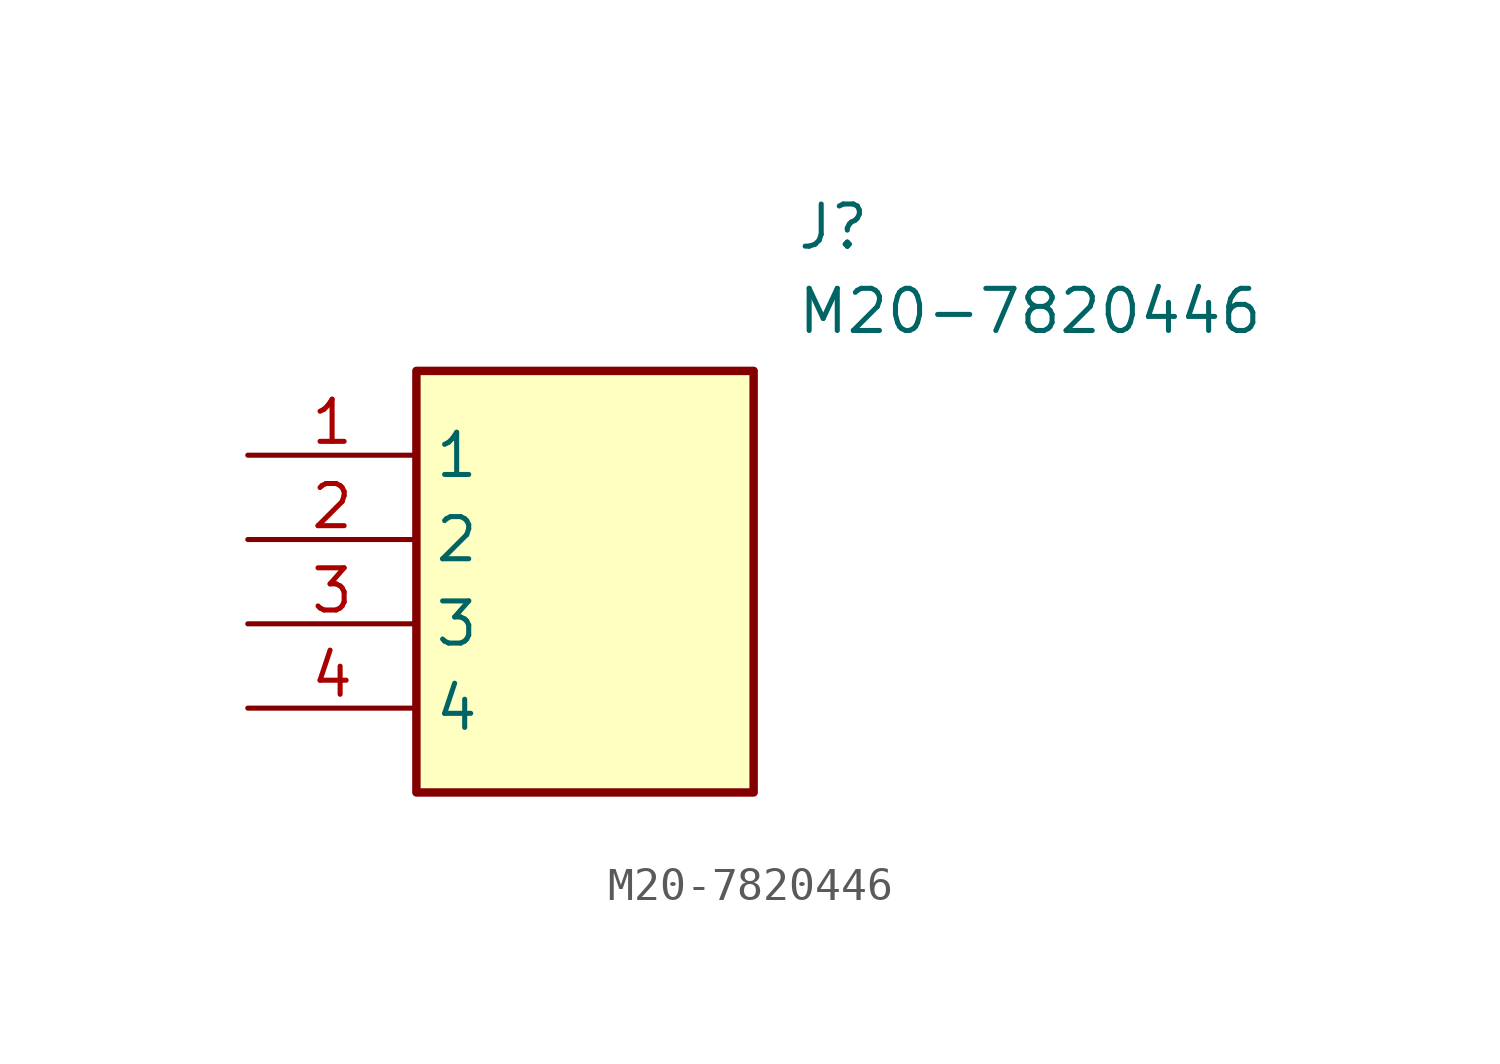
<source format=kicad_sym>
(kicad_symbol_lib
  (version 20211014)
  (generator SamacSys_ECAD_Model)
  (symbol "M20-7820446"
    (property "Reference" "J"
      (at 16.51 7.62 0)
      (effects (font (size 1.27 1.27)) (justify left top)))
    (property "Value" "M20-7820446"
      (at 16.51 5.08 0)
      (effects (font (size 1.27 1.27)) (justify left top)))
    (rectangle
      (start 5.08 2.54)
      (end 15.24 -10.16)
      (stroke (width 0.254) (type default))
      (fill (type background)))
    (pin passive line
      (at 0 0 0)
      (length 5.08)
      (name "1" (effects (font (size 1.27 1.27))))
      (number "1" (effects (font (size 1.27 1.27)))))
    (pin passive line
      (at 0 -2.54 0)
      (length 5.08)
      (name "2" (effects (font (size 1.27 1.27))))
      (number "2" (effects (font (size 1.27 1.27)))))
    (pin passive line
      (at 0 -5.08 0)
      (length 5.08)
      (name "3" (effects (font (size 1.27 1.27))))
      (number "3" (effects (font (size 1.27 1.27)))))
    (pin passive line
      (at 0 -7.62 0)
      (length 5.08)
      (name "4" (effects (font (size 1.27 1.27))))
      (number "4" (effects (font (size 1.27 1.27)))))))
</source>
